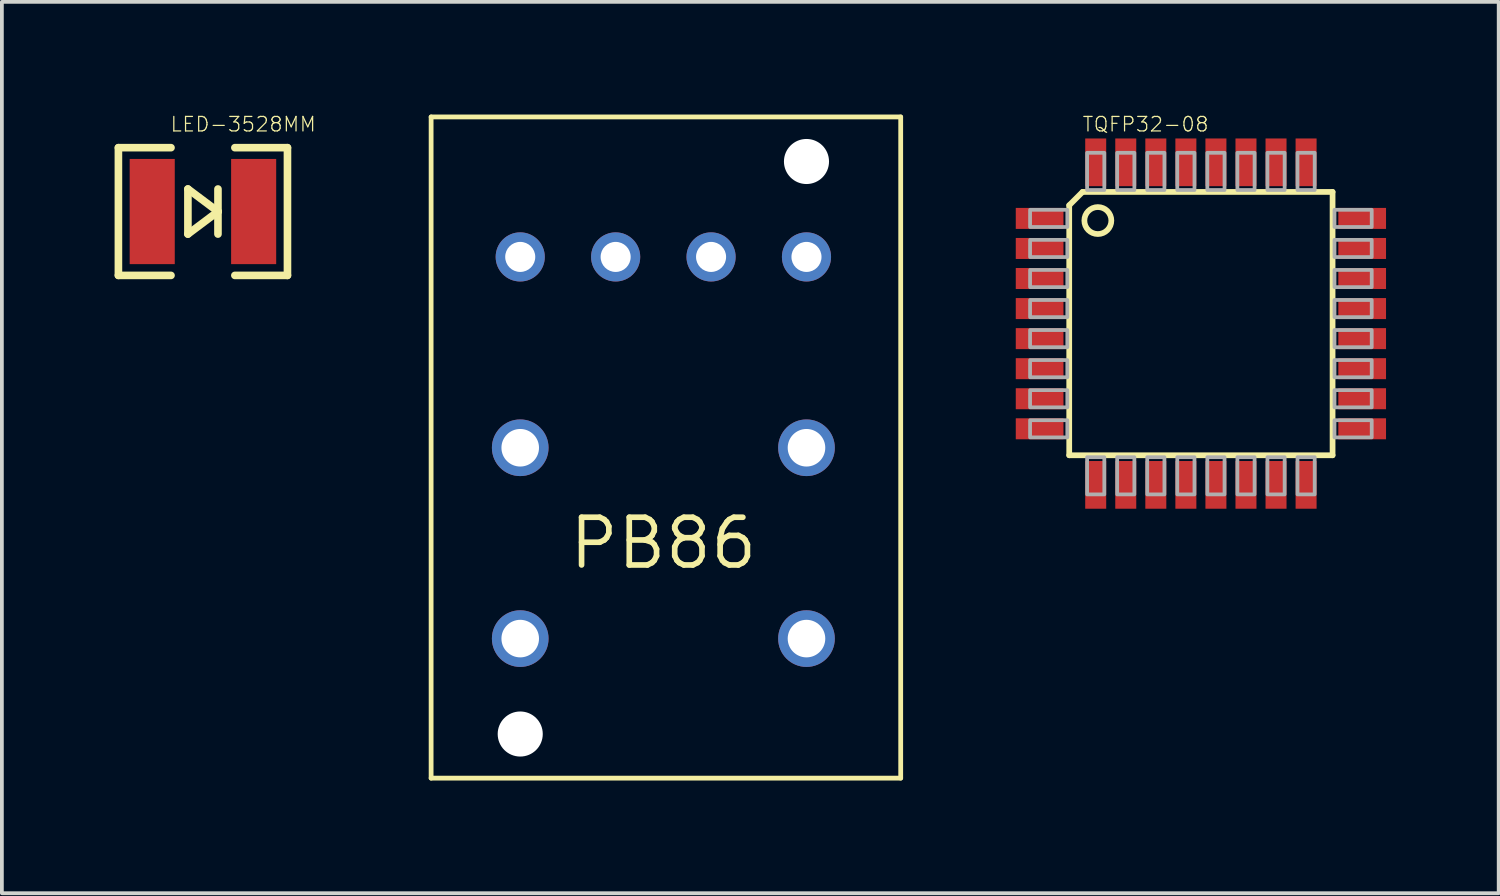
<source format=kicad_pcb>
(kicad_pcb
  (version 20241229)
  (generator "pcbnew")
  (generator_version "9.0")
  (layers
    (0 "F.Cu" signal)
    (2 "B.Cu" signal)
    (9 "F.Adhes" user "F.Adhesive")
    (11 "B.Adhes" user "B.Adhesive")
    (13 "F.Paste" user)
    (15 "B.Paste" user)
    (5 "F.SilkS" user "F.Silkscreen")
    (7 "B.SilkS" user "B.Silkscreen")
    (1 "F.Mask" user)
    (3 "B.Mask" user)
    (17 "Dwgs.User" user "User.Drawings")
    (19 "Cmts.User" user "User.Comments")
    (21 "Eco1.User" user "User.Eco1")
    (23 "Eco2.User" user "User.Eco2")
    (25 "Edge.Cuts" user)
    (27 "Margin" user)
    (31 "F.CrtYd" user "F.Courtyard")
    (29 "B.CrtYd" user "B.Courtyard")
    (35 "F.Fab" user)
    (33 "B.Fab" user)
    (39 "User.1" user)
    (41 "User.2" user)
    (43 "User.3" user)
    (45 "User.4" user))
  (footprint "PB86"
    (layer "F.Cu")
    (at 14.608 11.409)
    (property "Reference" "PB86" (at 0 0 0) (layer "F.SilkS") (effects (font (size 1.27 1.27) (thickness 0.15))))
    (attr through_hole)
    (fp_line (start -6.182 -11.346) (end 6.318 -11.346) (stroke (width 0.127) (type solid)) (layer "F.SilkS"))
    (fp_line (start -6.182 6.254) (end -6.182 -11.346) (stroke (width 0.127) (type solid)) (layer "F.SilkS"))
    (fp_line (start 6.318 -11.346) (end 6.318 6.254) (stroke (width 0.127) (type solid)) (layer "F.SilkS"))
    (fp_line (start 6.318 6.254) (end -6.182 6.254) (stroke (width 0.127) (type solid)) (layer "F.SilkS"))
    (pad "" np_thru_hole circle (at -3.81 5.08) (size 1.2 1.2) (drill 1.2) (layers "*.Cu" "*.Mask"))
    (pad "" np_thru_hole circle (at 3.81 -10.16) (size 1.2 1.2) (drill 1.2) (layers "*.Cu" "*.Mask"))
    (pad "1_1" thru_hole circle (at -3.81 -2.54) (size 1.508 1.508) (drill 1) (layers "*.Cu" "*.Mask"))
    (pad "1_2" thru_hole circle (at 3.81 -2.54) (size 1.508 1.508) (drill 1) (layers "*.Cu" "*.Mask"))
    (pad "2" thru_hole circle (at 3.81 2.54) (size 1.508 1.508) (drill 1) (layers "*.Cu" "*.Mask"))
    (pad "3" thru_hole circle (at -3.81 2.54) (size 1.508 1.508) (drill 1) (layers "*.Cu" "*.Mask"))
    (pad "L1" thru_hole circle (at -3.81 -7.62) (size 1.308 1.308) (drill 0.8) (layers "*.Cu" "*.Mask"))
    (pad "L2" thru_hole circle (at -1.27 -7.62) (size 1.308 1.308) (drill 0.8) (layers "*.Cu" "*.Mask"))
    (pad "L3" thru_hole circle (at 1.27 -7.62) (size 1.308 1.308) (drill 0.8) (layers "*.Cu" "*.Mask"))
    (pad "L4" thru_hole circle (at 3.81 -7.62) (size 1.308 1.308) (drill 0.8) (layers "*.Cu" "*.Mask")))
  (footprint "TQFP32-08"
    (layer "F.Cu")
    (at 28.917 5.564)
    (property "Reference" "TQFP32-08" (at -3.175 -5.08 0) (layer "F.SilkS") (effects (font (size 0.386 0.386) (thickness 0.033)) (justify left bottom)))
    (attr through_hole)
    (fp_line (start -3.505 3.505) (end -3.505 -3.15) (stroke (width 0.152) (type solid)) (layer "F.SilkS"))
    (fp_line (start -3.15 -3.505) (end -3.505 -3.15) (stroke (width 0.152) (type solid)) (layer "F.SilkS"))
    (fp_line (start -3.15 -3.505) (end 3.505 -3.505) (stroke (width 0.152) (type solid)) (layer "F.SilkS"))
    (fp_line (start 3.505 -3.505) (end 3.505 3.505) (stroke (width 0.152) (type solid)) (layer "F.SilkS"))
    (fp_line (start 3.505 3.505) (end -3.505 3.505) (stroke (width 0.152) (type solid)) (layer "F.SilkS"))
    (fp_circle (center -2.743 -2.743) (end -2.384 -2.743) (stroke (width 0.152) (type solid)) (fill no) (layer "F.SilkS"))
    (fp_poly (pts (xy -4.547 -2.571) (xy -3.556 -2.571) (xy -3.556 -3.029) (xy -4.547 -3.029)) (stroke (width 0.1) (type solid)) (fill no) (layer "F.Fab"))
    (fp_poly (pts (xy -4.547 -1.771) (xy -3.556 -1.771) (xy -3.556 -2.229) (xy -4.547 -2.229)) (stroke (width 0.1) (type solid)) (fill no) (layer "F.Fab"))
    (fp_poly (pts (xy -4.547 -0.971) (xy -3.556 -0.971) (xy -3.556 -1.429) (xy -4.547 -1.429)) (stroke (width 0.1) (type solid)) (fill no) (layer "F.Fab"))
    (fp_poly (pts (xy -4.547 -0.171) (xy -3.556 -0.171) (xy -3.556 -0.629) (xy -4.547 -0.629)) (stroke (width 0.1) (type solid)) (fill no) (layer "F.Fab"))
    (fp_poly (pts (xy -4.547 0.629) (xy -3.556 0.629) (xy -3.556 0.171) (xy -4.547 0.171)) (stroke (width 0.1) (type solid)) (fill no) (layer "F.Fab"))
    (fp_poly (pts (xy -4.547 1.429) (xy -3.556 1.429) (xy -3.556 0.971) (xy -4.547 0.971)) (stroke (width 0.1) (type solid)) (fill no) (layer "F.Fab"))
    (fp_poly (pts (xy -4.547 2.229) (xy -3.556 2.229) (xy -3.556 1.771) (xy -4.547 1.771)) (stroke (width 0.1) (type solid)) (fill no) (layer "F.Fab"))
    (fp_poly (pts (xy -4.547 3.029) (xy -3.556 3.029) (xy -3.556 2.571) (xy -4.547 2.571)) (stroke (width 0.1) (type solid)) (fill no) (layer "F.Fab"))
    (fp_poly (pts (xy -3.029 -3.556) (xy -2.571 -3.556) (xy -2.571 -4.547) (xy -3.029 -4.547)) (stroke (width 0.1) (type solid)) (fill no) (layer "F.Fab"))
    (fp_poly (pts (xy -3.029 4.547) (xy -2.571 4.547) (xy -2.571 3.556) (xy -3.029 3.556)) (stroke (width 0.1) (type solid)) (fill no) (layer "F.Fab"))
    (fp_poly (pts (xy -2.229 -3.556) (xy -1.771 -3.556) (xy -1.771 -4.547) (xy -2.229 -4.547)) (stroke (width 0.1) (type solid)) (fill no) (layer "F.Fab"))
    (fp_poly (pts (xy -2.229 4.547) (xy -1.771 4.547) (xy -1.771 3.556) (xy -2.229 3.556)) (stroke (width 0.1) (type solid)) (fill no) (layer "F.Fab"))
    (fp_poly (pts (xy -1.429 -3.556) (xy -0.971 -3.556) (xy -0.971 -4.547) (xy -1.429 -4.547)) (stroke (width 0.1) (type solid)) (fill no) (layer "F.Fab"))
    (fp_poly (pts (xy -1.429 4.547) (xy -0.971 4.547) (xy -0.971 3.556) (xy -1.429 3.556)) (stroke (width 0.1) (type solid)) (fill no) (layer "F.Fab"))
    (fp_poly (pts (xy -0.629 -3.556) (xy -0.171 -3.556) (xy -0.171 -4.547) (xy -0.629 -4.547)) (stroke (width 0.1) (type solid)) (fill no) (layer "F.Fab"))
    (fp_poly (pts (xy -0.629 4.547) (xy -0.171 4.547) (xy -0.171 3.556) (xy -0.629 3.556)) (stroke (width 0.1) (type solid)) (fill no) (layer "F.Fab"))
    (fp_poly (pts (xy 0.171 -3.556) (xy 0.629 -3.556) (xy 0.629 -4.547) (xy 0.171 -4.547)) (stroke (width 0.1) (type solid)) (fill no) (layer "F.Fab"))
    (fp_poly (pts (xy 0.171 4.547) (xy 0.629 4.547) (xy 0.629 3.556) (xy 0.171 3.556)) (stroke (width 0.1) (type solid)) (fill no) (layer "F.Fab"))
    (fp_poly (pts (xy 0.971 -3.556) (xy 1.429 -3.556) (xy 1.429 -4.547) (xy 0.971 -4.547)) (stroke (width 0.1) (type solid)) (fill no) (layer "F.Fab"))
    (fp_poly (pts (xy 0.971 4.547) (xy 1.429 4.547) (xy 1.429 3.556) (xy 0.971 3.556)) (stroke (width 0.1) (type solid)) (fill no) (layer "F.Fab"))
    (fp_poly (pts (xy 1.771 -3.556) (xy 2.229 -3.556) (xy 2.229 -4.547) (xy 1.771 -4.547)) (stroke (width 0.1) (type solid)) (fill no) (layer "F.Fab"))
    (fp_poly (pts (xy 1.771 4.547) (xy 2.229 4.547) (xy 2.229 3.556) (xy 1.771 3.556)) (stroke (width 0.1) (type solid)) (fill no) (layer "F.Fab"))
    (fp_poly (pts (xy 2.571 -3.556) (xy 3.029 -3.556) (xy 3.029 -4.547) (xy 2.571 -4.547)) (stroke (width 0.1) (type solid)) (fill no) (layer "F.Fab"))
    (fp_poly (pts (xy 2.571 4.547) (xy 3.029 4.547) (xy 3.029 3.556) (xy 2.571 3.556)) (stroke (width 0.1) (type solid)) (fill no) (layer "F.Fab"))
    (fp_poly (pts (xy 3.556 -2.571) (xy 4.547 -2.571) (xy 4.547 -3.029) (xy 3.556 -3.029)) (stroke (width 0.1) (type solid)) (fill no) (layer "F.Fab"))
    (fp_poly (pts (xy 3.556 -1.771) (xy 4.547 -1.771) (xy 4.547 -2.229) (xy 3.556 -2.229)) (stroke (width 0.1) (type solid)) (fill no) (layer "F.Fab"))
    (fp_poly (pts (xy 3.556 -0.971) (xy 4.547 -0.971) (xy 4.547 -1.429) (xy 3.556 -1.429)) (stroke (width 0.1) (type solid)) (fill no) (layer "F.Fab"))
    (fp_poly (pts (xy 3.556 -0.171) (xy 4.547 -0.171) (xy 4.547 -0.629) (xy 3.556 -0.629)) (stroke (width 0.1) (type solid)) (fill no) (layer "F.Fab"))
    (fp_poly (pts (xy 3.556 0.629) (xy 4.547 0.629) (xy 4.547 0.171) (xy 3.556 0.171)) (stroke (width 0.1) (type solid)) (fill no) (layer "F.Fab"))
    (fp_poly (pts (xy 3.556 1.429) (xy 4.547 1.429) (xy 4.547 0.971) (xy 3.556 0.971)) (stroke (width 0.1) (type solid)) (fill no) (layer "F.Fab"))
    (fp_poly (pts (xy 3.556 2.229) (xy 4.547 2.229) (xy 4.547 1.771) (xy 3.556 1.771)) (stroke (width 0.1) (type solid)) (fill no) (layer "F.Fab"))
    (fp_poly (pts (xy 3.556 3.029) (xy 4.547 3.029) (xy 4.547 2.571) (xy 3.556 2.571)) (stroke (width 0.1) (type solid)) (fill no) (layer "F.Fab"))
    (pad "1" smd rect (at -4.293 -2.8) (size 1.27 0.559) (layers "F.Cu" "F.Mask" "F.Paste"))
    (pad "2" smd rect (at -4.293 -2) (size 1.27 0.559) (layers "F.Cu" "F.Mask" "F.Paste"))
    (pad "3" smd rect (at -4.293 -1.2) (size 1.27 0.559) (layers "F.Cu" "F.Mask" "F.Paste"))
    (pad "4" smd rect (at -4.293 -0.4) (size 1.27 0.559) (layers "F.Cu" "F.Mask" "F.Paste"))
    (pad "5" smd rect (at -4.293 0.4) (size 1.27 0.559) (layers "F.Cu" "F.Mask" "F.Paste"))
    (pad "6" smd rect (at -4.293 1.2) (size 1.27 0.559) (layers "F.Cu" "F.Mask" "F.Paste"))
    (pad "7" smd rect (at -4.293 2) (size 1.27 0.559) (layers "F.Cu" "F.Mask" "F.Paste"))
    (pad "8" smd rect (at -4.293 2.8) (size 1.27 0.559) (layers "F.Cu" "F.Mask" "F.Paste"))
    (pad "9" smd rect (at -2.8 4.293) (size 0.559 1.27) (layers "F.Cu" "F.Mask" "F.Paste"))
    (pad "10" smd rect (at -2 4.293) (size 0.559 1.27) (layers "F.Cu" "F.Mask" "F.Paste"))
    (pad "11" smd rect (at -1.2 4.293) (size 0.559 1.27) (layers "F.Cu" "F.Mask" "F.Paste"))
    (pad "12" smd rect (at -0.4 4.293) (size 0.559 1.27) (layers "F.Cu" "F.Mask" "F.Paste"))
    (pad "13" smd rect (at 0.4 4.293) (size 0.559 1.27) (layers "F.Cu" "F.Mask" "F.Paste"))
    (pad "14" smd rect (at 1.2 4.293) (size 0.559 1.27) (layers "F.Cu" "F.Mask" "F.Paste"))
    (pad "15" smd rect (at 2 4.293) (size 0.559 1.27) (layers "F.Cu" "F.Mask" "F.Paste"))
    (pad "16" smd rect (at 2.8 4.293) (size 0.559 1.27) (layers "F.Cu" "F.Mask" "F.Paste"))
    (pad "17" smd rect (at 4.293 2.8) (size 1.27 0.559) (layers "F.Cu" "F.Mask" "F.Paste"))
    (pad "18" smd rect (at 4.293 2) (size 1.27 0.559) (layers "F.Cu" "F.Mask" "F.Paste"))
    (pad "19" smd rect (at 4.293 1.2) (size 1.27 0.559) (layers "F.Cu" "F.Mask" "F.Paste"))
    (pad "20" smd rect (at 4.293 0.4) (size 1.27 0.559) (layers "F.Cu" "F.Mask" "F.Paste"))
    (pad "21" smd rect (at 4.293 -0.4) (size 1.27 0.559) (layers "F.Cu" "F.Mask" "F.Paste"))
    (pad "22" smd rect (at 4.293 -1.2) (size 1.27 0.559) (layers "F.Cu" "F.Mask" "F.Paste"))
    (pad "23" smd rect (at 4.293 -2) (size 1.27 0.559) (layers "F.Cu" "F.Mask" "F.Paste"))
    (pad "24" smd rect (at 4.293 -2.8) (size 1.27 0.559) (layers "F.Cu" "F.Mask" "F.Paste"))
    (pad "25" smd rect (at 2.8 -4.293) (size 0.559 1.27) (layers "F.Cu" "F.Mask" "F.Paste"))
    (pad "26" smd rect (at 2 -4.293) (size 0.559 1.27) (layers "F.Cu" "F.Mask" "F.Paste"))
    (pad "27" smd rect (at 1.2 -4.293) (size 0.559 1.27) (layers "F.Cu" "F.Mask" "F.Paste"))
    (pad "28" smd rect (at 0.4 -4.293) (size 0.559 1.27) (layers "F.Cu" "F.Mask" "F.Paste"))
    (pad "29" smd rect (at -0.4 -4.293) (size 0.559 1.27) (layers "F.Cu" "F.Mask" "F.Paste"))
    (pad "30" smd rect (at -1.2 -4.293) (size 0.559 1.27) (layers "F.Cu" "F.Mask" "F.Paste"))
    (pad "31" smd rect (at -2 -4.293) (size 0.559 1.27) (layers "F.Cu" "F.Mask" "F.Paste"))
    (pad "32" smd rect (at -2.8 -4.293) (size 0.559 1.27) (layers "F.Cu" "F.Mask" "F.Paste")))
  (footprint "LED-3528MM"
    (layer "F.Cu")
    (at 2.352 2.581)
    (property "Reference" "LED-3528MM" (at -0.889 -2.097 0) (layer "F.SilkS") (effects (font (size 0.386 0.386) (thickness 0.033)) (justify left bottom)))
    (attr through_hole)
    (fp_line (start -2.25 -1.7) (end -2.25 1.7) (stroke (width 0.203) (type solid)) (layer "F.SilkS"))
    (fp_line (start -2.25 1.7) (end -0.85 1.7) (stroke (width 0.203) (type solid)) (layer "F.SilkS"))
    (fp_line (start -0.85 -1.7) (end -2.25 -1.7) (stroke (width 0.203) (type solid)) (layer "F.SilkS"))
    (fp_line (start -0.4 -0.6) (end -0.4 0.6) (stroke (width 0.203) (type solid)) (layer "F.SilkS"))
    (fp_line (start -0.4 0.6) (end 0.4 0) (stroke (width 0.203) (type solid)) (layer "F.SilkS"))
    (fp_line (start 0.4 -0.6) (end 0.4 0) (stroke (width 0.203) (type solid)) (layer "F.SilkS"))
    (fp_line (start 0.4 0) (end -0.4 -0.6) (stroke (width 0.203) (type solid)) (layer "F.SilkS"))
    (fp_line (start 0.4 0) (end 0.4 0.6) (stroke (width 0.203) (type solid)) (layer "F.SilkS"))
    (fp_line (start 0.85 -1.7) (end 2.25 -1.7) (stroke (width 0.203) (type solid)) (layer "F.SilkS"))
    (fp_line (start 2.25 -1.7) (end 2.25 1.7) (stroke (width 0.203) (type solid)) (layer "F.SilkS"))
    (fp_line (start 2.25 1.7) (end 0.85 1.7) (stroke (width 0.203) (type solid)) (layer "F.SilkS"))
    (pad "A" smd rect (at -1.35 0) (size 1.2 2.8) (layers "F.Cu" "F.Mask" "F.Paste"))
    (pad "C" smd rect (at 1.35 0) (size 1.2 2.8) (layers "F.Cu" "F.Mask" "F.Paste")))
  (gr_rect
    (start -3 -3)
    (end 36.844 20.727)
    (stroke (width 0.1) (type default))
    (fill no)
    (layer "Edge.Cuts")))
</source>
